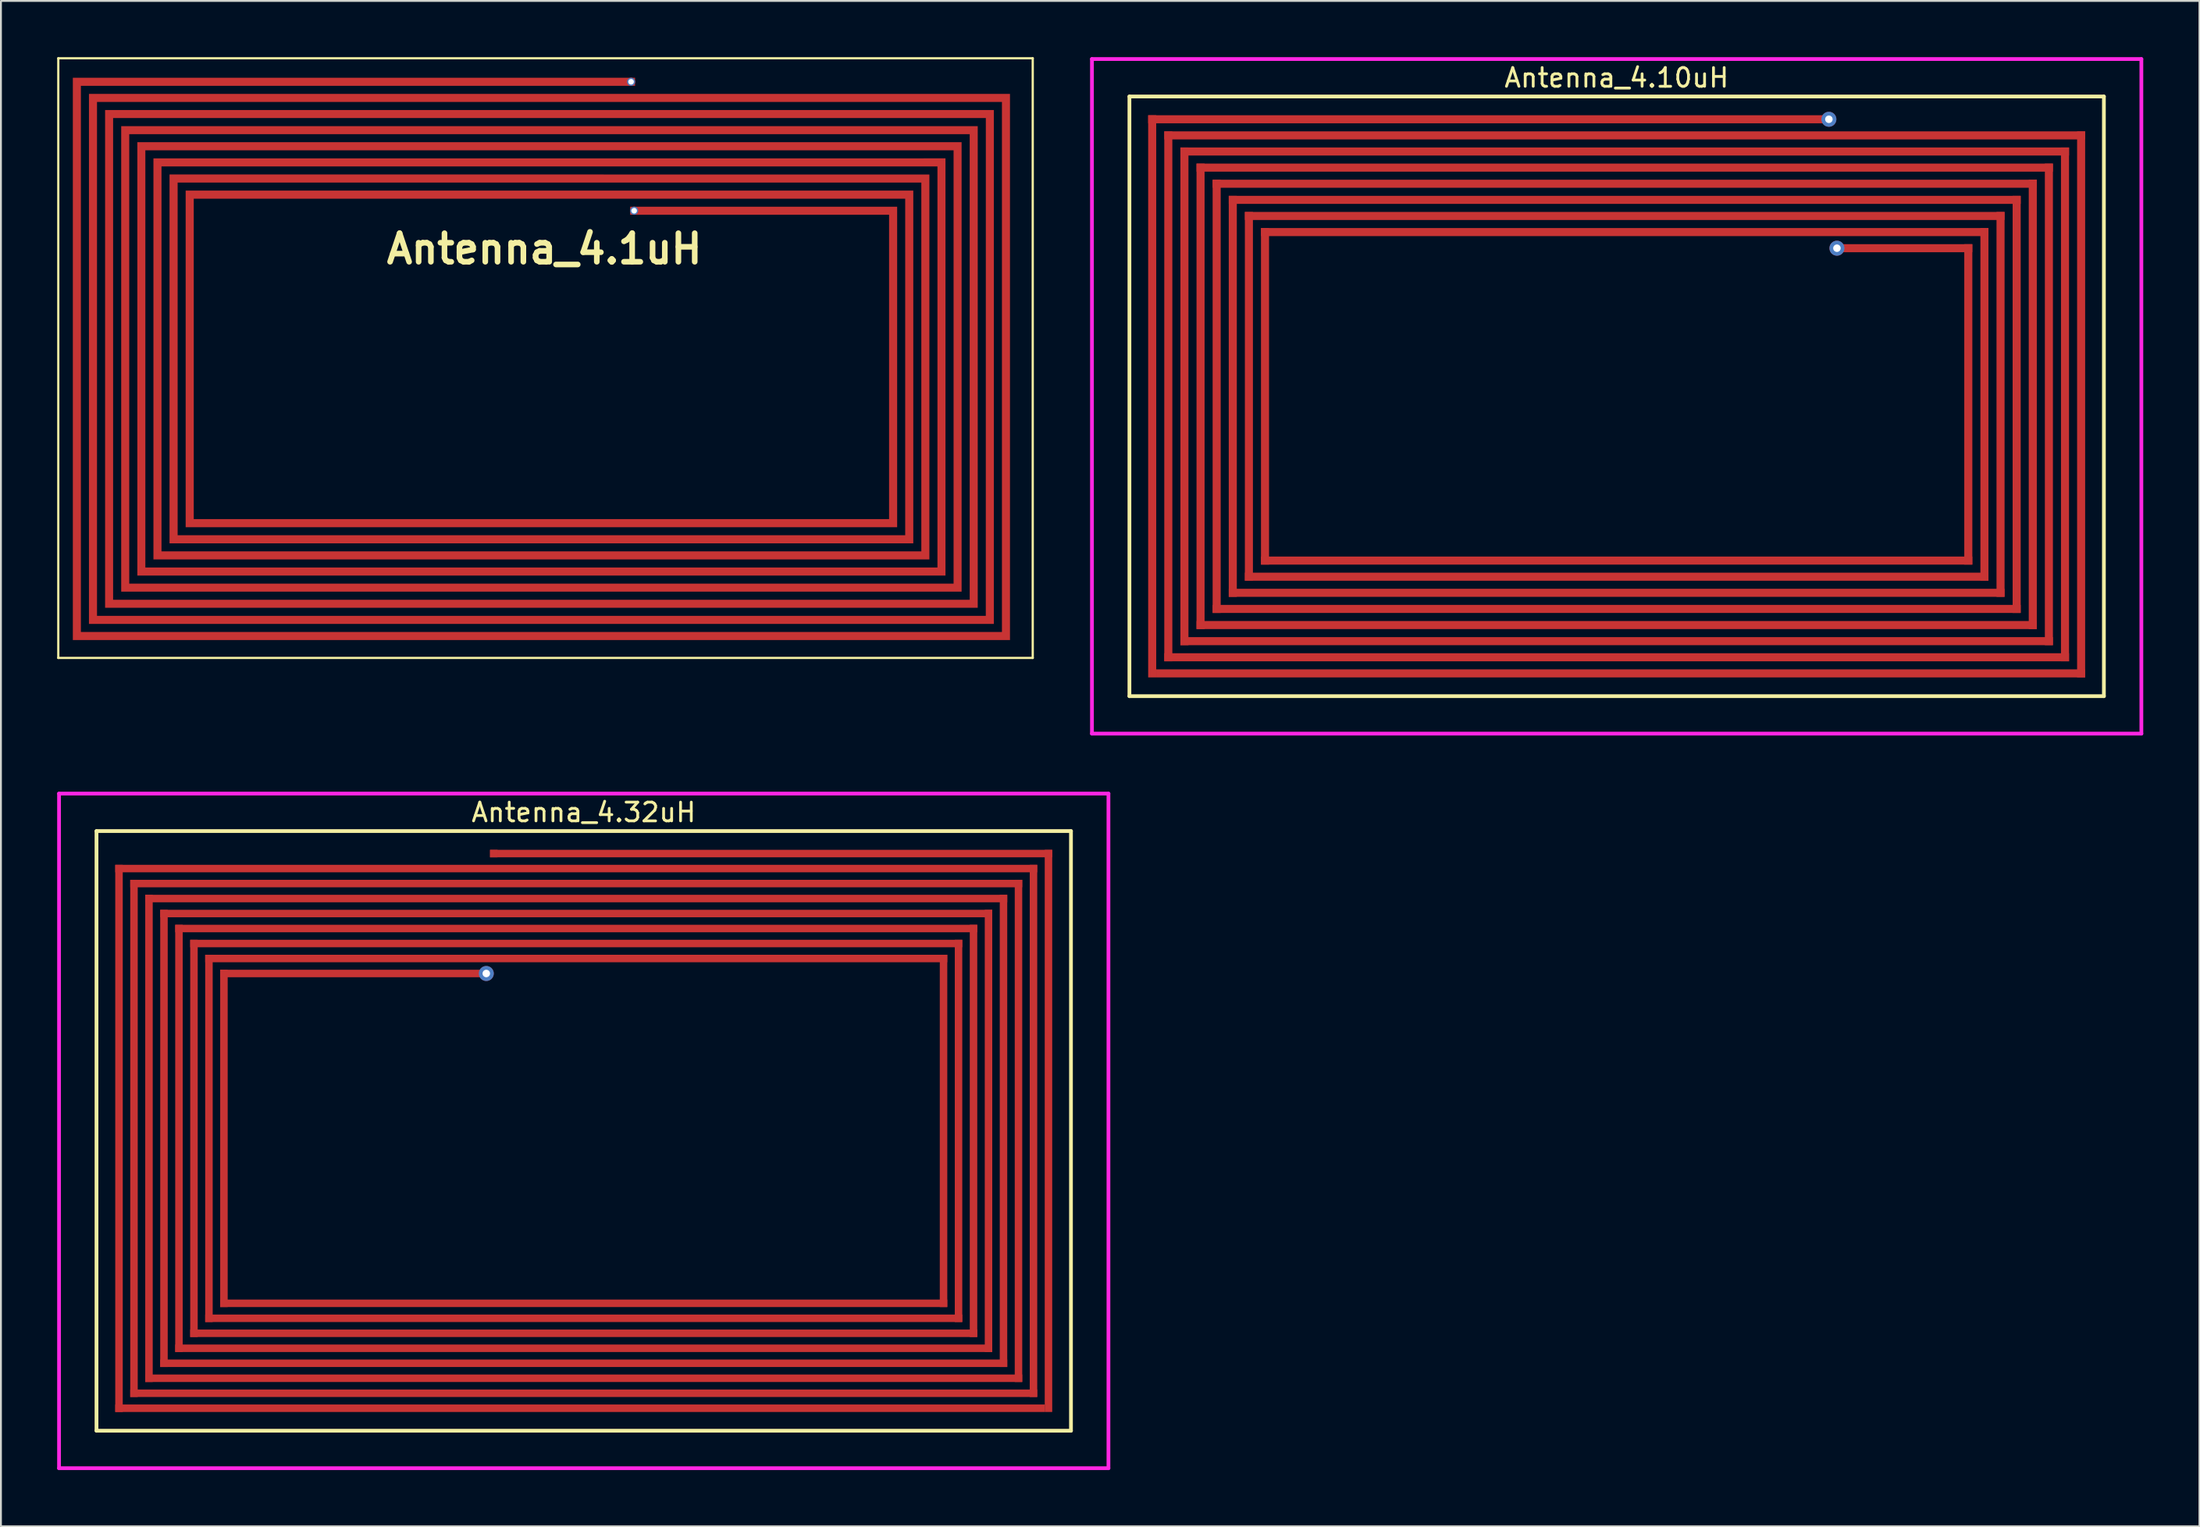
<source format=kicad_pcb>
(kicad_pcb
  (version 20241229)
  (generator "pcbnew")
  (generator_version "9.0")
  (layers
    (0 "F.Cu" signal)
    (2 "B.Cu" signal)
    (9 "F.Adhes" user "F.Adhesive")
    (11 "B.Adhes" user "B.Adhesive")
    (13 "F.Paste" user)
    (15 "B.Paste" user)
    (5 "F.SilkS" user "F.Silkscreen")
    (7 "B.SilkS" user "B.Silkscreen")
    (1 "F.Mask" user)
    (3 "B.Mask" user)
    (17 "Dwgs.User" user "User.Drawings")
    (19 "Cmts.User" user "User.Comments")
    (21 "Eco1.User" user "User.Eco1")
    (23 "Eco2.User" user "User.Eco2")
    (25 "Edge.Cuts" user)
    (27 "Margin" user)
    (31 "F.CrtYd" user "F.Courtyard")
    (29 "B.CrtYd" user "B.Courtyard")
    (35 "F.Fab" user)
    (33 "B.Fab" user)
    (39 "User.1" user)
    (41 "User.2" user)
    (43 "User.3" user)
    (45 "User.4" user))
  (footprint "Antenna_4.1uH"
    (layer "F.Cu")
    (at 26.06 16.06)
    (property "Reference" "Antenna_4.1uH" (at -0.057 -5.831 0) (layer "F.SilkS") (effects (font (size 1.524 1.524) (thickness 0.3))))
    (attr through_hole)
    (fp_poly (pts (xy 4.781 -14.531) (xy -10.006 -14.53) (xy -24.793 -14.529) (xy -24.793 14.614) (xy 24.356 14.614) (xy 24.356 -13.669) (xy -23.933 -13.669) (xy -23.933 13.754) (xy 23.495 13.754) (xy 23.496 0.472) (xy 23.497 -12.81) (xy -23.074 -12.81) (xy -23.074 12.895) (xy 22.636 12.895) (xy 22.636 -11.949) (xy -22.213 -11.949) (xy -22.213 12.034) (xy 21.776 12.034) (xy 21.776 -11.089) (xy -21.353 -11.089) (xy -21.353 11.174) (xy 20.915 11.174) (xy 20.915 -10.228) (xy -20.492 -10.228) (xy -20.492 10.313) (xy 20.055 10.313) (xy 20.055 -9.368) (xy -19.631 -9.368) (xy -19.631 9.453) (xy 19.194 9.453) (xy 19.194 -8.507) (xy -18.771 -8.507) (xy -18.771 8.592) (xy 18.334 8.592) (xy 18.334 -7.65) (xy 4.517 -7.65) (xy 4.517 -8.079) (xy 18.765 -8.079) (xy 18.765 9.024) (xy -19.203 9.024) (xy -19.203 -8.939) (xy 19.626 -8.939) (xy 19.626 9.885) (xy -20.063 9.885) (xy -20.063 -9.8) (xy 0.211 -9.799) (xy 20.485 -9.798) (xy 20.485 10.744) (xy -20.922 10.744) (xy -20.922 -10.659) (xy 0.211 -10.659) (xy 21.344 -10.66) (xy 21.344 11.606) (xy -21.781 11.606) (xy -21.781 -11.521) (xy 22.204 -11.521) (xy 22.204 12.463) (xy -22.642 12.463) (xy -22.642 -12.378) (xy 23.065 -12.378) (xy 23.065 13.324) (xy -23.502 13.324) (xy -23.502 -13.239) (xy 23.925 -13.239) (xy 23.925 14.184) (xy -24.363 14.184) (xy -24.363 -14.099) (xy 24.786 -14.099) (xy 24.786 15.045) (xy -25.223 15.045) (xy -25.223 -14.96) (xy 4.781 -14.96) (xy 4.781 -14.531)) (stroke (width 0) (type solid)) (fill yes) (layer "F.Cu"))
    (fp_line (start -26 -16) (end -26 16) (stroke (width 0.12) (type solid)) (layer "F.SilkS"))
    (fp_line (start -26 16) (end 26 16) (stroke (width 0.12) (type solid)) (layer "F.SilkS"))
    (fp_line (start 26 -16) (end -26 -16) (stroke (width 0.12) (type solid)) (layer "F.SilkS"))
    (fp_line (start 26 16) (end 26 -16) (stroke (width 0.12) (type solid)) (layer "F.SilkS"))
    (pad "1" thru_hole circle (at 4.567 -14.746) (size 0.43 0.43) (drill 0.3) (layers "*.Cu" "*.Mask"))
    (pad "2" thru_hole circle (at 4.73 -7.865) (size 0.43 0.43) (drill 0.3) (layers "*.Cu" "*.Mask")))
  (footprint "Antenna_4.32uH"
    (layer "F.Cu")
    (at 28.1 57.3)
    (property "Reference" "Antenna_4.32uH" (at 0 -17 0) (layer "F.SilkS") (effects (font (size 1 1) (thickness 0.15))))
    (attr through_hole)
    (fp_poly (pts (xy -25 -14.2) (xy 24.2 -14.2) (xy 24.2 -13.8) (xy -25 -13.8)) (stroke (width 0) (type solid)) (fill yes) (layer "F.Cu"))
    (fp_poly (pts (xy -25 15) (xy -25 -14.2) (xy -24.6 -14.2) (xy -24.6 15)) (stroke (width 0) (type solid)) (fill yes) (layer "F.Cu"))
    (fp_poly (pts (xy -25 15) (xy 24.6 15) (xy 24.6 14.6) (xy -25 14.6)) (stroke (width 0) (type solid)) (fill yes) (layer "F.Cu"))
    (fp_poly (pts (xy -24.2 -13.4) (xy 23.4 -13.4) (xy 23.4 -13) (xy -24.2 -13)) (stroke (width 0) (type solid)) (fill yes) (layer "F.Cu"))
    (fp_poly (pts (xy -24.2 14.2) (xy -24.2 -13.4) (xy -23.8 -13.4) (xy -23.8 14.2)) (stroke (width 0) (type solid)) (fill yes) (layer "F.Cu"))
    (fp_poly (pts (xy -24.2 14.2) (xy 24.2 14.2) (xy 24.2 13.8) (xy -24.2 13.8)) (stroke (width 0) (type solid)) (fill yes) (layer "F.Cu"))
    (fp_poly (pts (xy -23.4 -12.6) (xy 22.6 -12.6) (xy 22.6 -12.2) (xy -23.4 -12.2)) (stroke (width 0) (type solid)) (fill yes) (layer "F.Cu"))
    (fp_poly (pts (xy -23.4 13.4) (xy -23.4 -12.6) (xy -23 -12.6) (xy -23 13.4)) (stroke (width 0) (type solid)) (fill yes) (layer "F.Cu"))
    (fp_poly (pts (xy -23.4 13.4) (xy 23.4 13.4) (xy 23.4 13) (xy -23.4 13)) (stroke (width 0) (type solid)) (fill yes) (layer "F.Cu"))
    (fp_poly (pts (xy -22.6 -11.8) (xy 21.8 -11.8) (xy 21.8 -11.4) (xy -22.6 -11.4)) (stroke (width 0) (type solid)) (fill yes) (layer "F.Cu"))
    (fp_poly (pts (xy -22.6 12.6) (xy -22.6 -11.8) (xy -22.2 -11.8) (xy -22.2 12.6)) (stroke (width 0) (type solid)) (fill yes) (layer "F.Cu"))
    (fp_poly (pts (xy -22.6 12.6) (xy 22.6 12.6) (xy 22.6 12.2) (xy -22.6 12.2)) (stroke (width 0) (type solid)) (fill yes) (layer "F.Cu"))
    (fp_poly (pts (xy -21.8 -11) (xy 21 -11) (xy 21 -10.6) (xy -21.8 -10.6)) (stroke (width 0) (type solid)) (fill yes) (layer "F.Cu"))
    (fp_poly (pts (xy -21.8 11.8) (xy -21.8 -11) (xy -21.4 -11) (xy -21.4 11.8)) (stroke (width 0) (type solid)) (fill yes) (layer "F.Cu"))
    (fp_poly (pts (xy -21.8 11.8) (xy 21.8 11.8) (xy 21.8 11.4) (xy -21.8 11.4)) (stroke (width 0) (type solid)) (fill yes) (layer "F.Cu"))
    (fp_poly (pts (xy -21 -10.2) (xy 20.2 -10.2) (xy 20.2 -9.8) (xy -21 -9.8)) (stroke (width 0) (type solid)) (fill yes) (layer "F.Cu"))
    (fp_poly (pts (xy -21 11) (xy -21 -10.2) (xy -20.6 -10.2) (xy -20.6 11)) (stroke (width 0) (type solid)) (fill yes) (layer "F.Cu"))
    (fp_poly (pts (xy -21 11) (xy 21 11) (xy 21 10.6) (xy -21 10.6)) (stroke (width 0) (type solid)) (fill yes) (layer "F.Cu"))
    (fp_poly (pts (xy -20.2 -9.4) (xy 19.4 -9.4) (xy 19.4 -9) (xy -20.2 -9)) (stroke (width 0) (type solid)) (fill yes) (layer "F.Cu"))
    (fp_poly (pts (xy -20.2 10.2) (xy -20.2 -9.4) (xy -19.8 -9.4) (xy -19.8 10.2)) (stroke (width 0) (type solid)) (fill yes) (layer "F.Cu"))
    (fp_poly (pts (xy -20.2 10.2) (xy 20.2 10.2) (xy 20.2 9.8) (xy -20.2 9.8)) (stroke (width 0) (type solid)) (fill yes) (layer "F.Cu"))
    (fp_poly (pts (xy -19.4 -8.6) (xy -5 -8.6) (xy -5 -8.2) (xy -19.4 -8.2)) (stroke (width 0) (type solid)) (fill yes) (layer "F.Cu"))
    (fp_poly (pts (xy -19.4 9.4) (xy -19.4 -8.6) (xy -19 -8.6) (xy -19 9.4)) (stroke (width 0) (type solid)) (fill yes) (layer "F.Cu"))
    (fp_poly (pts (xy -19.4 9.4) (xy 19.4 9.4) (xy 19.4 9) (xy -19.4 9)) (stroke (width 0) (type solid)) (fill yes) (layer "F.Cu"))
    (fp_poly (pts (xy -5 -15) (xy 25 -15) (xy 25 -14.6) (xy -5 -14.6)) (stroke (width 0) (type solid)) (fill yes) (layer "F.Cu"))
    (fp_poly (pts (xy 19.4 -9.4) (xy 19.4 9.4) (xy 19 9.4) (xy 19 -9.4)) (stroke (width 0) (type solid)) (fill yes) (layer "F.Cu"))
    (fp_poly (pts (xy 20.2 -10.2) (xy 20.2 10.2) (xy 19.8 10.2) (xy 19.8 -10.2)) (stroke (width 0) (type solid)) (fill yes) (layer "F.Cu"))
    (fp_poly (pts (xy 21 -11) (xy 21 11) (xy 20.6 11) (xy 20.6 -11)) (stroke (width 0) (type solid)) (fill yes) (layer "F.Cu"))
    (fp_poly (pts (xy 21.8 -11.8) (xy 21.8 11.8) (xy 21.4 11.8) (xy 21.4 -11.8)) (stroke (width 0) (type solid)) (fill yes) (layer "F.Cu"))
    (fp_poly (pts (xy 22.6 -12.6) (xy 22.6 12.6) (xy 22.2 12.6) (xy 22.2 -12.6)) (stroke (width 0) (type solid)) (fill yes) (layer "F.Cu"))
    (fp_poly (pts (xy 23.4 -13.4) (xy 23.4 13.4) (xy 23 13.4) (xy 23 -13.4)) (stroke (width 0) (type solid)) (fill yes) (layer "F.Cu"))
    (fp_poly (pts (xy 24.2 -14.2) (xy 24.2 14.2) (xy 23.8 14.2) (xy 23.8 -14.2)) (stroke (width 0) (type solid)) (fill yes) (layer "F.Cu"))
    (fp_poly (pts (xy 25 -15) (xy 25 15) (xy 24.6 15) (xy 24.6 -15)) (stroke (width 0) (type solid)) (fill yes) (layer "F.Cu"))
    (fp_line (start -26 -16) (end -26 16) (stroke (width 0.2) (type solid)) (layer "F.SilkS"))
    (fp_line (start -26 -16) (end 26 -16) (stroke (width 0.2) (type solid)) (layer "F.SilkS"))
    (fp_line (start -26 16) (end 26 16) (stroke (width 0.2) (type solid)) (layer "F.SilkS"))
    (fp_line (start 26 -16) (end 26 16) (stroke (width 0.2) (type solid)) (layer "F.SilkS"))
    (fp_line (start -28 -18) (end -28 18) (stroke (width 0.2) (type solid)) (layer "F.CrtYd"))
    (fp_line (start -28 -18) (end 28 -18) (stroke (width 0.2) (type solid)) (layer "F.CrtYd"))
    (fp_line (start -28 18) (end 28 18) (stroke (width 0.2) (type solid)) (layer "F.CrtYd"))
    (fp_line (start 28 -18) (end 28 18) (stroke (width 0.2) (type solid)) (layer "F.CrtYd"))
    (pad "1" smd rect (at -4.8 -14.8) (size 0.4 0.4) (layers "F.Cu"))
    (pad "2" thru_hole circle (at -5.2 -8.4) (size 0.8 0.8) (drill 0.4) (layers "*.Cu")))
  (footprint "Antenna_4.10uH"
    (layer "F.Cu")
    (at 83.22 18.1)
    (property "Reference" "Antenna_4.10uH" (at 0 -17 0) (layer "F.SilkS") (effects (font (size 1 1) (thickness 0.15))))
    (attr through_hole)
    (fp_poly (pts (xy -25 -15) (xy -25 15) (xy -24.57 15) (xy -24.57 -15)) (stroke (width 0) (type solid)) (fill yes) (layer "F.Cu"))
    (fp_poly (pts (xy -24.14 -14.14) (xy -24.14 14.14) (xy -23.71 14.14) (xy -23.71 -14.14)) (stroke (width 0) (type solid)) (fill yes) (layer "F.Cu"))
    (fp_poly (pts (xy -23.28 -13.28) (xy -23.28 13.28) (xy -22.85 13.28) (xy -22.85 -13.28)) (stroke (width 0) (type solid)) (fill yes) (layer "F.Cu"))
    (fp_poly (pts (xy -22.42 -12.42) (xy -22.42 12.42) (xy -21.99 12.42) (xy -21.99 -12.42)) (stroke (width 0) (type solid)) (fill yes) (layer "F.Cu"))
    (fp_poly (pts (xy -21.56 -11.56) (xy -21.56 11.56) (xy -21.13 11.56) (xy -21.13 -11.56)) (stroke (width 0) (type solid)) (fill yes) (layer "F.Cu"))
    (fp_poly (pts (xy -20.7 -10.7) (xy -20.7 10.7) (xy -20.27 10.7) (xy -20.27 -10.7)) (stroke (width 0) (type solid)) (fill yes) (layer "F.Cu"))
    (fp_poly (pts (xy -19.84 -9.84) (xy -19.84 9.84) (xy -19.41 9.84) (xy -19.41 -9.84)) (stroke (width 0) (type solid)) (fill yes) (layer "F.Cu"))
    (fp_poly (pts (xy -18.98 -8.98) (xy -18.98 8.98) (xy -18.55 8.98) (xy -18.55 -8.98)) (stroke (width 0) (type solid)) (fill yes) (layer "F.Cu"))
    (fp_poly (pts (xy 11.54 -15) (xy -25 -15) (xy -25 -14.57) (xy 11.54 -14.57)) (stroke (width 0) (type solid)) (fill yes) (layer "F.Cu"))
    (fp_poly (pts (xy 18.98 -8.12) (xy 11.54 -8.12) (xy 11.54 -7.69) (xy 18.98 -7.69)) (stroke (width 0) (type solid)) (fill yes) (layer "F.Cu"))
    (fp_poly (pts (xy 18.98 8.98) (xy -18.98 8.98) (xy -18.98 8.55) (xy 18.98 8.55)) (stroke (width 0) (type solid)) (fill yes) (layer "F.Cu"))
    (fp_poly (pts (xy 18.98 8.98) (xy 18.98 -8.12) (xy 18.55 -8.12) (xy 18.55 8.98)) (stroke (width 0) (type solid)) (fill yes) (layer "F.Cu"))
    (fp_poly (pts (xy 19.84 -8.98) (xy -18.98 -8.98) (xy -18.98 -8.55) (xy 19.84 -8.55)) (stroke (width 0) (type solid)) (fill yes) (layer "F.Cu"))
    (fp_poly (pts (xy 19.84 9.84) (xy -19.84 9.84) (xy -19.84 9.41) (xy 19.84 9.41)) (stroke (width 0) (type solid)) (fill yes) (layer "F.Cu"))
    (fp_poly (pts (xy 19.84 9.84) (xy 19.84 -8.98) (xy 19.41 -8.98) (xy 19.41 9.84)) (stroke (width 0) (type solid)) (fill yes) (layer "F.Cu"))
    (fp_poly (pts (xy 20.7 -9.84) (xy -19.84 -9.84) (xy -19.84 -9.41) (xy 20.7 -9.41)) (stroke (width 0) (type solid)) (fill yes) (layer "F.Cu"))
    (fp_poly (pts (xy 20.7 10.7) (xy -20.7 10.7) (xy -20.7 10.27) (xy 20.7 10.27)) (stroke (width 0) (type solid)) (fill yes) (layer "F.Cu"))
    (fp_poly (pts (xy 20.7 10.7) (xy 20.7 -9.84) (xy 20.27 -9.84) (xy 20.27 10.7)) (stroke (width 0) (type solid)) (fill yes) (layer "F.Cu"))
    (fp_poly (pts (xy 21.56 -10.7) (xy -20.7 -10.7) (xy -20.7 -10.27) (xy 21.56 -10.27)) (stroke (width 0) (type solid)) (fill yes) (layer "F.Cu"))
    (fp_poly (pts (xy 21.56 11.56) (xy -21.56 11.56) (xy -21.56 11.13) (xy 21.56 11.13)) (stroke (width 0) (type solid)) (fill yes) (layer "F.Cu"))
    (fp_poly (pts (xy 21.56 11.56) (xy 21.56 -10.7) (xy 21.13 -10.7) (xy 21.13 11.56)) (stroke (width 0) (type solid)) (fill yes) (layer "F.Cu"))
    (fp_poly (pts (xy 22.42 -11.56) (xy -21.56 -11.56) (xy -21.56 -11.13) (xy 22.42 -11.13)) (stroke (width 0) (type solid)) (fill yes) (layer "F.Cu"))
    (fp_poly (pts (xy 22.42 12.42) (xy -22.42 12.42) (xy -22.42 11.99) (xy 22.42 11.99)) (stroke (width 0) (type solid)) (fill yes) (layer "F.Cu"))
    (fp_poly (pts (xy 22.42 12.42) (xy 22.42 -11.56) (xy 21.99 -11.56) (xy 21.99 12.42)) (stroke (width 0) (type solid)) (fill yes) (layer "F.Cu"))
    (fp_poly (pts (xy 23.28 -12.42) (xy -22.42 -12.42) (xy -22.42 -11.99) (xy 23.28 -11.99)) (stroke (width 0) (type solid)) (fill yes) (layer "F.Cu"))
    (fp_poly (pts (xy 23.28 13.28) (xy -23.28 13.28) (xy -23.28 12.85) (xy 23.28 12.85)) (stroke (width 0) (type solid)) (fill yes) (layer "F.Cu"))
    (fp_poly (pts (xy 23.28 13.28) (xy 23.28 -12.42) (xy 22.85 -12.42) (xy 22.85 13.28)) (stroke (width 0) (type solid)) (fill yes) (layer "F.Cu"))
    (fp_poly (pts (xy 24.14 -13.28) (xy -23.28 -13.28) (xy -23.28 -12.85) (xy 24.14 -12.85)) (stroke (width 0) (type solid)) (fill yes) (layer "F.Cu"))
    (fp_poly (pts (xy 24.14 14.14) (xy -24.14 14.14) (xy -24.14 13.71) (xy 24.14 13.71)) (stroke (width 0) (type solid)) (fill yes) (layer "F.Cu"))
    (fp_poly (pts (xy 24.14 14.14) (xy 24.14 -13.28) (xy 23.71 -13.28) (xy 23.71 14.14)) (stroke (width 0) (type solid)) (fill yes) (layer "F.Cu"))
    (fp_poly (pts (xy 25 -14.14) (xy -24.14 -14.14) (xy -24.14 -13.71) (xy 25 -13.71)) (stroke (width 0) (type solid)) (fill yes) (layer "F.Cu"))
    (fp_poly (pts (xy 25 15) (xy -24.57 15) (xy -24.57 14.57) (xy 25 14.57)) (stroke (width 0) (type solid)) (fill yes) (layer "F.Cu"))
    (fp_poly (pts (xy 25 15) (xy 25 -14.14) (xy 24.57 -14.14) (xy 24.57 15)) (stroke (width 0) (type solid)) (fill yes) (layer "F.Cu"))
    (fp_line (start -26 -16) (end -26 16) (stroke (width 0.2) (type solid)) (layer "F.SilkS"))
    (fp_line (start 26 -16) (end -26 -16) (stroke (width 0.2) (type solid)) (layer "F.SilkS"))
    (fp_line (start 26 -16) (end 26 16) (stroke (width 0.2) (type solid)) (layer "F.SilkS"))
    (fp_line (start 26 16) (end -26 16) (stroke (width 0.2) (type solid)) (layer "F.SilkS"))
    (fp_line (start -28 -18) (end -28 18) (stroke (width 0.2) (type solid)) (layer "F.CrtYd"))
    (fp_line (start 28 -18) (end -28 -18) (stroke (width 0.2) (type solid)) (layer "F.CrtYd"))
    (fp_line (start 28 -18) (end 28 18) (stroke (width 0.2) (type solid)) (layer "F.CrtYd"))
    (fp_line (start 28 18) (end -28 18) (stroke (width 0.2) (type solid)) (layer "F.CrtYd"))
    (pad "1" thru_hole circle (at 11.325 -14.785) (size 0.8 0.8) (drill 0.4) (layers "*.Cu"))
    (pad "2" thru_hole circle (at 11.755 -7.905) (size 0.8 0.8) (drill 0.4) (layers "*.Cu")))
  (gr_rect
    (start -3 -3)
    (end 114.32 78.4)
    (stroke (width 0.1) (type default))
    (fill no)
    (layer "Edge.Cuts")))
</source>
